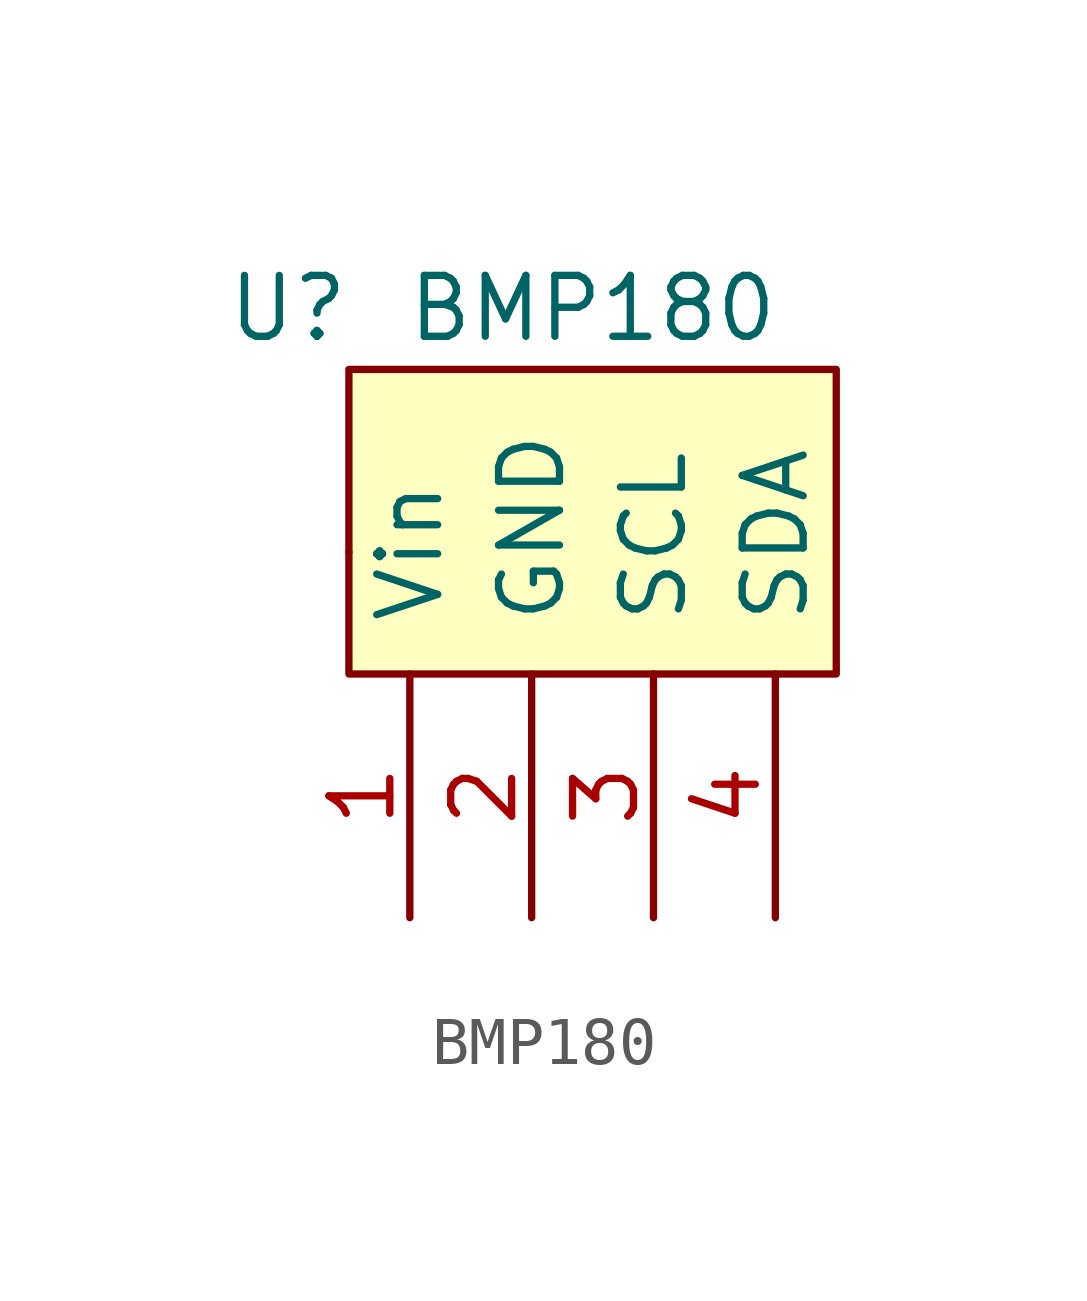
<source format=kicad_sym>
(kicad_symbol_lib
  (version 20211014)
  (generator kicad_symbol_editor)
  (symbol "BMP180"
    (pin_names
      (offset 1.016))
    (property "Reference" "U"
      (at -5.08 6.35 0)
      (effects (font (size 1.27 1.27))))
    (property "Value" "BMP180"
      (at 1.27 6.35 0)
      (effects (font (size 1.27 1.27))))
    (symbol "BMP180_0_1"
      (rectangle (start -3.81 1.27) (end -3.81 1.27) (stroke (width 0) (type default) (color 0 0 0 0)) (fill (type none)))
      (rectangle (start -3.81 5.08) (end 6.35 -1.27) (stroke (width 0) (type default) (color 0 0 0 0)) (fill (type background))))
    (symbol "BMP180_1_1"
      (pin power_in line (at -2.54 -6.35 90) (length 5.08) (name "Vin" (effects (font (size 1.27 1.27)))) (number "1" (effects (font (size 1.27 1.27)))))
      (pin power_in line (at 0 -6.35 90) (length 5.08) (name "GND" (effects (font (size 1.27 1.27)))) (number "2" (effects (font (size 1.27 1.27)))))
      (pin input line (at 2.54 -6.35 90) (length 5.08) (name "SCL" (effects (font (size 1.27 1.27)))) (number "3" (effects (font (size 1.27 1.27)))))
      (pin bidirectional line (at 5.08 -6.35 90) (length 5.08) (name "SDA" (effects (font (size 1.27 1.27)))) (number "4" (effects (font (size 1.27 1.27))))))))
</source>
